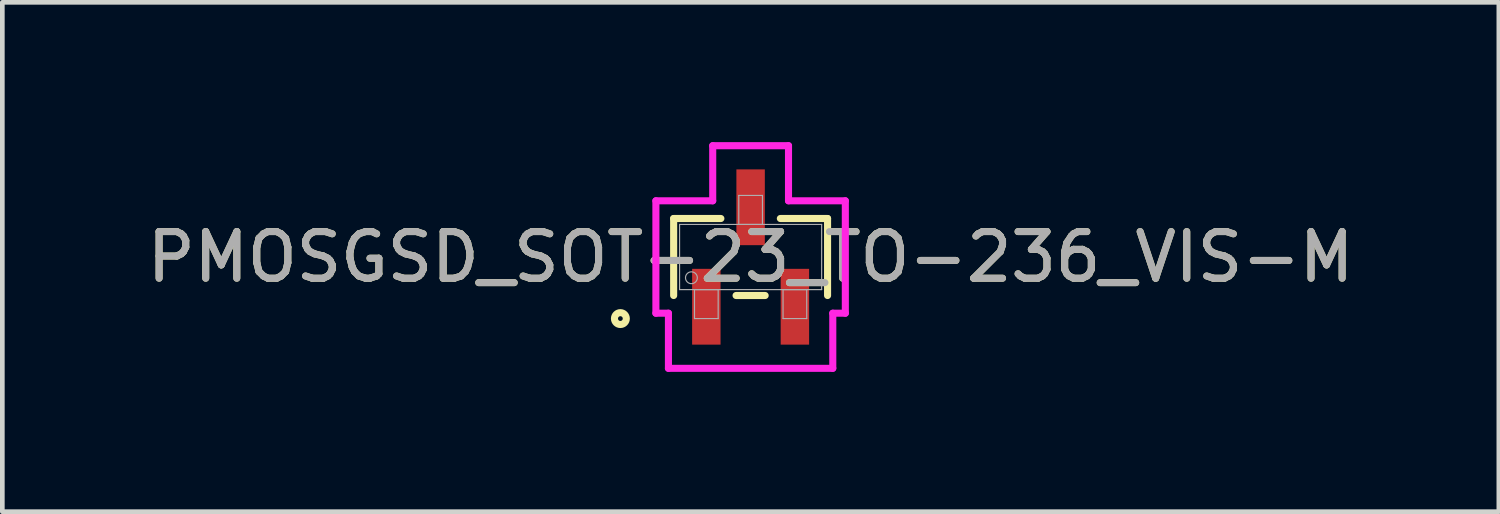
<source format=kicad_pcb>
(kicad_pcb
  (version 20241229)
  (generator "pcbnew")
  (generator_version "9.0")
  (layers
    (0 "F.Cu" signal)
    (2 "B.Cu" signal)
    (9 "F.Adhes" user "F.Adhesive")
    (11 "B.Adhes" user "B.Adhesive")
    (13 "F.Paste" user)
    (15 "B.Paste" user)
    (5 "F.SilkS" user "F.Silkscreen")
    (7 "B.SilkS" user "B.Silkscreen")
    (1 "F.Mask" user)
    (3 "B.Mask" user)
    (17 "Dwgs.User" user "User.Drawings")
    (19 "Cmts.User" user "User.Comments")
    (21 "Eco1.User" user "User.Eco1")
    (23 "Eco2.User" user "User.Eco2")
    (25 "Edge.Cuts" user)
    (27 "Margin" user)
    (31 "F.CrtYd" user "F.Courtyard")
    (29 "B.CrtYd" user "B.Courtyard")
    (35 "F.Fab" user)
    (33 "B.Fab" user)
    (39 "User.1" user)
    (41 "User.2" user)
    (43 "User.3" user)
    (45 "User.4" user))
  (footprint "PMOSGSD_SOT-23_TO-236_VIS-M"
    (layer "F.Cu")
    (at 13.054 2.464)
    (property "Reference" "PMOSGSD_SOT-23_TO-236_VIS-M" (at 0 0 0) (unlocked yes) (layer "F.SilkS") (effects (font (size 1 1) (thickness 0.15))))
    (attr smd)
    (fp_line (start -1.651 -0.826) (end -1.651 0.826) (stroke (width 0.152) (type solid)) (layer "F.SilkS"))
    (fp_line (start -0.638 -0.826) (end -1.651 -0.826) (stroke (width 0.152) (type solid)) (layer "F.SilkS"))
    (fp_line (start -0.312 0.826) (end 0.312 0.826) (stroke (width 0.152) (type solid)) (layer "F.SilkS"))
    (fp_line (start 1.651 -0.826) (end 0.638 -0.826) (stroke (width 0.152) (type solid)) (layer "F.SilkS"))
    (fp_line (start 1.651 0.826) (end 1.651 -0.826) (stroke (width 0.152) (type solid)) (layer "F.SilkS"))
    (fp_circle (center -2.794 1.321) (end -2.667 1.321) (stroke (width 0.152) (type solid)) (fill no) (layer "F.SilkS"))
    (fp_line (start -2.032 -1.206) (end -0.813 -1.206) (stroke (width 0.152) (type solid)) (layer "F.CrtYd"))
    (fp_line (start -2.032 1.206) (end -2.032 -1.206) (stroke (width 0.152) (type solid)) (layer "F.CrtYd"))
    (fp_line (start -2.032 1.206) (end -1.763 1.206) (stroke (width 0.152) (type solid)) (layer "F.CrtYd"))
    (fp_line (start -1.763 1.206) (end -1.763 2.388) (stroke (width 0.152) (type solid)) (layer "F.CrtYd"))
    (fp_line (start -1.763 2.388) (end 1.763 2.388) (stroke (width 0.152) (type solid)) (layer "F.CrtYd"))
    (fp_line (start -0.813 -2.388) (end 0.813 -2.388) (stroke (width 0.152) (type solid)) (layer "F.CrtYd"))
    (fp_line (start -0.813 -1.206) (end -0.813 -2.388) (stroke (width 0.152) (type solid)) (layer "F.CrtYd"))
    (fp_line (start 0.813 -1.206) (end 0.813 -2.388) (stroke (width 0.152) (type solid)) (layer "F.CrtYd"))
    (fp_line (start 1.763 1.206) (end 1.763 2.388) (stroke (width 0.152) (type solid)) (layer "F.CrtYd"))
    (fp_line (start 2.032 -1.206) (end 0.813 -1.206) (stroke (width 0.152) (type solid)) (layer "F.CrtYd"))
    (fp_line (start 2.032 -1.206) (end 2.032 1.206) (stroke (width 0.152) (type solid)) (layer "F.CrtYd"))
    (fp_line (start 2.032 1.206) (end 1.763 1.206) (stroke (width 0.152) (type solid)) (layer "F.CrtYd"))
    (fp_line (start -1.524 -0.699) (end -1.524 0.699) (stroke (width 0.025) (type solid)) (layer "F.Fab"))
    (fp_line (start -1.524 0.699) (end 1.524 0.699) (stroke (width 0.025) (type solid)) (layer "F.Fab"))
    (fp_line (start -1.204 0.699) (end -1.204 1.321) (stroke (width 0.025) (type solid)) (layer "F.Fab"))
    (fp_line (start -1.204 1.321) (end -0.696 1.321) (stroke (width 0.025) (type solid)) (layer "F.Fab"))
    (fp_line (start -0.696 0.699) (end -1.204 0.699) (stroke (width 0.025) (type solid)) (layer "F.Fab"))
    (fp_line (start -0.696 1.321) (end -0.696 0.699) (stroke (width 0.025) (type solid)) (layer "F.Fab"))
    (fp_line (start -0.254 -1.321) (end -0.254 -0.699) (stroke (width 0.025) (type solid)) (layer "F.Fab"))
    (fp_line (start -0.254 -0.699) (end 0.254 -0.699) (stroke (width 0.025) (type solid)) (layer "F.Fab"))
    (fp_line (start 0.254 -1.321) (end -0.254 -1.321) (stroke (width 0.025) (type solid)) (layer "F.Fab"))
    (fp_line (start 0.254 -0.699) (end 0.254 -1.321) (stroke (width 0.025) (type solid)) (layer "F.Fab"))
    (fp_line (start 0.696 0.699) (end 0.696 1.321) (stroke (width 0.025) (type solid)) (layer "F.Fab"))
    (fp_line (start 0.696 1.321) (end 1.204 1.321) (stroke (width 0.025) (type solid)) (layer "F.Fab"))
    (fp_line (start 1.204 0.699) (end 0.696 0.699) (stroke (width 0.025) (type solid)) (layer "F.Fab"))
    (fp_line (start 1.204 1.321) (end 1.204 0.699) (stroke (width 0.025) (type solid)) (layer "F.Fab"))
    (fp_line (start 1.524 -0.699) (end -1.524 -0.699) (stroke (width 0.025) (type solid)) (layer "F.Fab"))
    (fp_line (start 1.524 0.699) (end 1.524 -0.699) (stroke (width 0.025) (type solid)) (layer "F.Fab"))
    (fp_circle (center -1.27 0.445) (end -1.143 0.445) (stroke (width 0.025) (type solid)) (fill no) (layer "F.Fab"))
    (fp_text user "${REFERENCE}" (at 0 0 0) (unlocked yes) (layer "F.Fab") (effects (font (size 1 1) (thickness 0.15))))
    (pad "1" smd rect (at -0.95 1.067) (size 0.61 1.626) (layers "F.Cu" "F.Mask" "F.Paste"))
    (pad "2" smd rect (at 0.95 1.067) (size 0.61 1.626) (layers "F.Cu" "F.Mask" "F.Paste"))
    (pad "3" smd rect (at 0 -1.067) (size 0.61 1.626) (layers "F.Cu" "F.Mask" "F.Paste")))
  (gr_rect
    (start -3 -3)
    (end 29.107 7.928)
    (stroke (width 0.1) (type default))
    (fill no)
    (layer "Edge.Cuts")))
</source>
